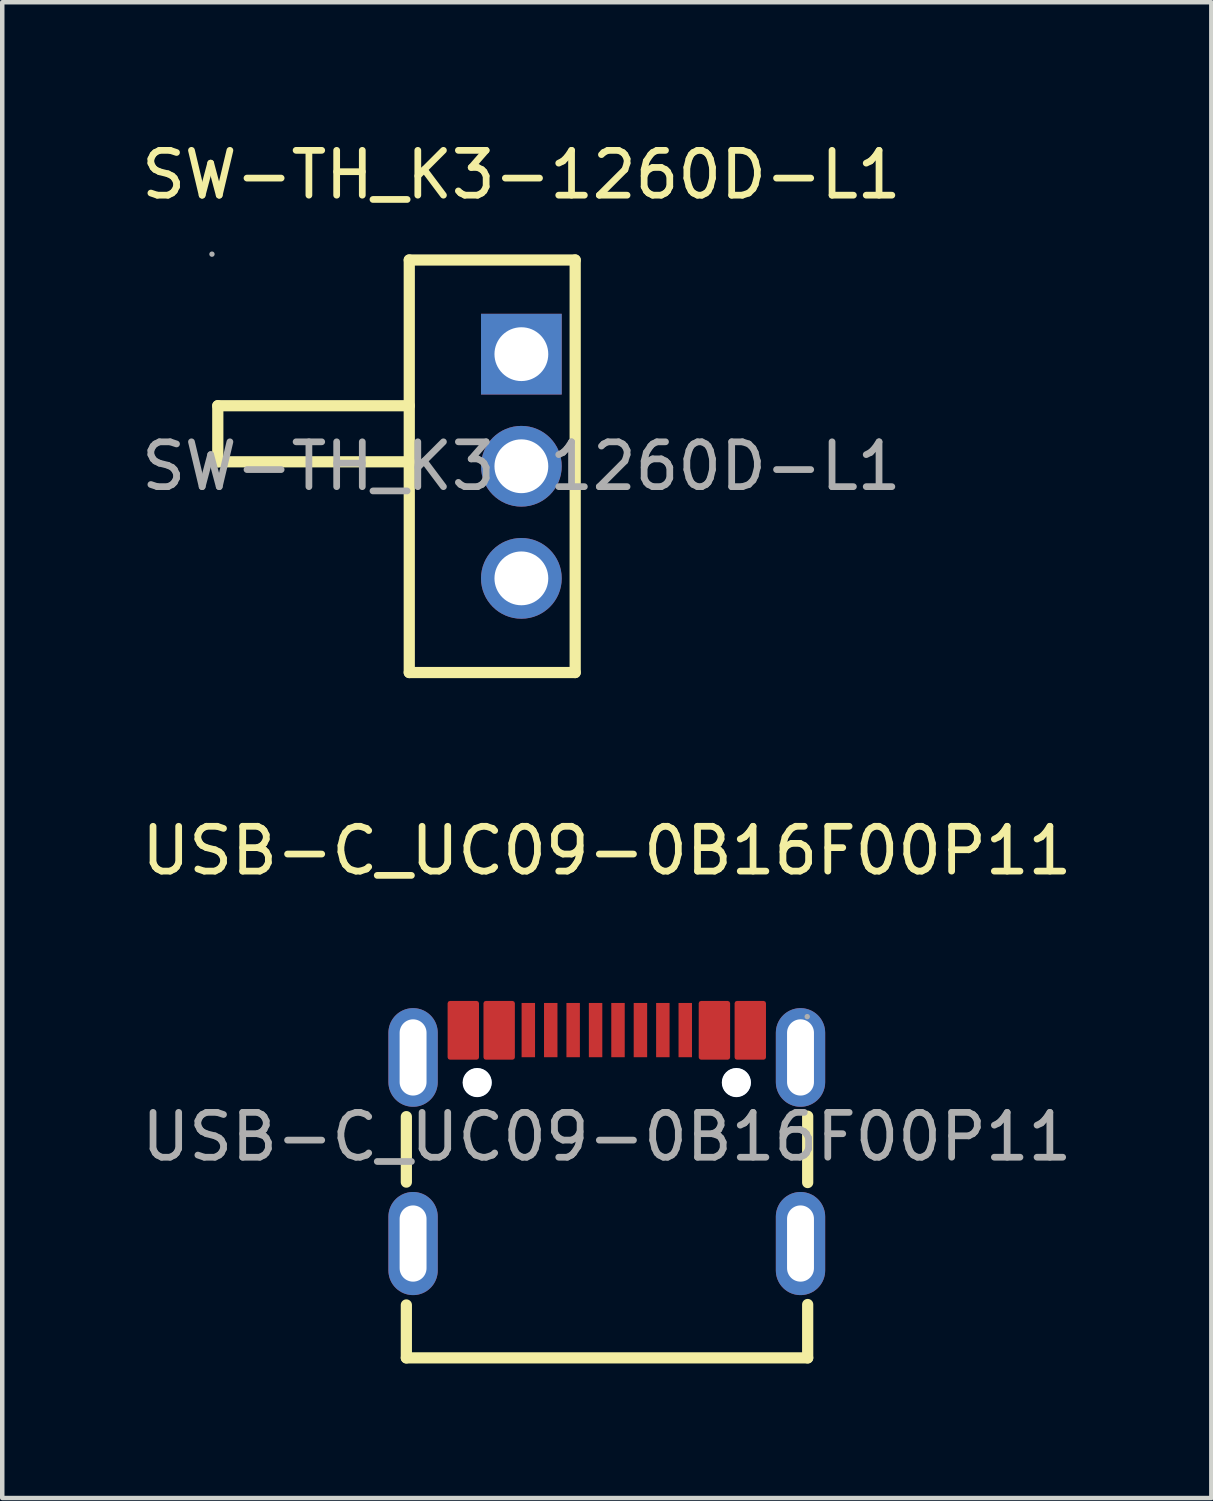
<source format=kicad_pcb>
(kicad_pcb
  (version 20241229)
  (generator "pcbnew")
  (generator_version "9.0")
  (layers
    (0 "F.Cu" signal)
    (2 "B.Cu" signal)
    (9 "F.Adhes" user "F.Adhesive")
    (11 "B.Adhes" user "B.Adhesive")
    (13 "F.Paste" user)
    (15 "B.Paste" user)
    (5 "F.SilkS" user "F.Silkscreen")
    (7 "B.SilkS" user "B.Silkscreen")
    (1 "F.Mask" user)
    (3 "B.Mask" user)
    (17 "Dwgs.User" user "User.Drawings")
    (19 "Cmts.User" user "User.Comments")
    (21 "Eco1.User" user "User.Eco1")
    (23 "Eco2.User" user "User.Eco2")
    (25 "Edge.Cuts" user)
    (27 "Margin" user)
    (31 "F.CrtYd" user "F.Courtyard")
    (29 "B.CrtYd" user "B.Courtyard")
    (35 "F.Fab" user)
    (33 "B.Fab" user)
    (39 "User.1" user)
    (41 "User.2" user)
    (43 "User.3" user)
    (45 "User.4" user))
  (footprint "SW-TH_K3-1260D-L1"
    (layer "F.Cu")
    (at 8.577 7.348)
    (property "Reference" "SW-TH_K3-1260D-L1" (at 0 -6.5 0) (layer "F.SilkS") (effects (font (size 1 1) (thickness 0.15))))
    (attr through_hole)
    (fp_line (start -6.77 -1.35) (end -2.5 -1.35) (stroke (width 0.25) (type solid)) (layer "F.SilkS"))
    (fp_line (start -6.77 -0.1) (end -6.77 -1.35) (stroke (width 0.25) (type solid)) (layer "F.SilkS"))
    (fp_line (start -2.5 -4.6) (end -2.5 4.6) (stroke (width 0.25) (type solid)) (layer "F.SilkS"))
    (fp_line (start -2.5 -4.6) (end 1.2 -4.6) (stroke (width 0.25) (type solid)) (layer "F.SilkS"))
    (fp_line (start -2.5 -0.1) (end -6.77 -0.1) (stroke (width 0.25) (type solid)) (layer "F.SilkS"))
    (fp_line (start 1.2 4.6) (end -2.5 4.6) (stroke (width 0.25) (type solid)) (layer "F.SilkS"))
    (fp_line (start 1.2 4.6) (end 1.2 -4.6) (stroke (width 0.25) (type solid)) (layer "F.SilkS"))
    (fp_circle (center -6.9 -4.73) (end -6.87 -4.73) (stroke (width 0.06) (type solid)) (fill no) (layer "F.Fab"))
    (fp_circle (center 0 -2.5) (end 0.25 -2.5) (stroke (width 0.5) (type solid)) (fill no) (layer "F.Fab"))
    (fp_circle (center 0 0) (end 0.25 0) (stroke (width 0.5) (type solid)) (fill no) (layer "F.Fab"))
    (fp_circle (center 0 2.5) (end 0.25 2.5) (stroke (width 0.5) (type solid)) (fill no) (layer "F.Fab"))
    (fp_text user "${REFERENCE}" (at 0 0 0) (layer "F.Fab") (effects (font (size 1 1) (thickness 0.15))))
    (pad "1" thru_hole rect (at 0 -2.5 270) (size 1.8 1.8) (drill 1.2) (layers "*.Cu" "*.Mask"))
    (pad "2" thru_hole circle (at 0 0 270) (size 1.8 1.8) (drill 1.2) (layers "*.Cu" "*.Mask"))
    (pad "3" thru_hole circle (at 0 2.5 270) (size 1.8 1.8) (drill 1.2) (layers "*.Cu" "*.Mask")))
  (footprint "USB-C_UC09-0B16F00P11"
    (layer "F.Cu")
    (at 10.482 22.302)
    (property "Reference" "USB-C_UC09-0B16F00P11" (at 0 -6.38 0) (layer "F.SilkS") (effects (font (size 1 1) (thickness 0.15))))
    (attr smd)
    (fp_line (start -4.47 -0.45) (end -4.47 1.01) (stroke (width 0.25) (type solid)) (layer "F.SilkS"))
    (fp_line (start -4.47 3.75) (end -4.47 4.93) (stroke (width 0.25) (type solid)) (layer "F.SilkS"))
    (fp_line (start -4.47 4.93) (end 4.48 4.93) (stroke (width 0.25) (type solid)) (layer "F.SilkS"))
    (fp_line (start 4.48 1.02) (end 4.48 -0.46) (stroke (width 0.25) (type solid)) (layer "F.SilkS"))
    (fp_line (start 4.48 4.93) (end 4.48 3.74) (stroke (width 0.25) (type solid)) (layer "F.SilkS"))
    (fp_circle (center -2.89 -1.21) (end -2.73 -1.21) (stroke (width 0.32) (type solid)) (fill no) (layer "Cmts.User"))
    (fp_circle (center 2.89 -1.21) (end 3.05 -1.21) (stroke (width 0.32) (type solid)) (fill no) (layer "Cmts.User"))
    (fp_circle (center 4.47 -2.68) (end 4.5 -2.68) (stroke (width 0.06) (type solid)) (fill no) (layer "F.Fab"))
    (fp_text user "${REFERENCE}" (at 0 0 0) (layer "F.Fab") (effects (font (size 1 1) (thickness 0.15))))
    (pad "" np_thru_hole circle (at -2.89 -1.21) (size 0.65 0.65) (drill 0.65) (layers "*.Cu" "*.Mask"))
    (pad "" np_thru_hole circle (at 2.89 -1.21) (size 0.65 0.65) (drill 0.65) (layers "*.Cu" "*.Mask"))
    (pad "17" thru_hole oval (at 4.32 -1.77) (size 1.1 2.2) (drill oval 0.6 1.7) (layers "*.Cu" "*.Mask"))
    (pad "18" thru_hole oval (at 4.32 2.38) (size 1.1 2.3) (drill oval 0.6 1.7) (layers "*.Cu" "*.Mask"))
    (pad "19" thru_hole oval (at -4.32 2.38) (size 1.1 2.3) (drill oval 0.6 1.7) (layers "*.Cu" "*.Mask"))
    (pad "20" thru_hole oval (at -4.32 -1.77) (size 1.1 2.2) (drill oval 0.6 1.7) (layers "*.Cu" "*.Mask"))
    (pad "A1B12" smd custom (at -3.2 -2.38) (size 0.01 0.01) (layers "F.Cu" "F.Mask" "F.Paste") (options (anchor circle)) (primitives (gr_poly (pts (xy 0.3 0.61) (xy 0.3 -0.6) (xy 0 -0.6) (xy -0.3 -0.6) (xy -0.3 0.61) (xy 0 0.61)) (width 0.1) (fill yes))))
    (pad "A4B9" smd custom (at -2.4 -2.38) (size 0.01 0.01) (layers "F.Cu" "F.Mask" "F.Paste") (options (anchor circle)) (primitives (gr_poly (pts (xy 0.3 0.61) (xy 0.3 -0.6) (xy 0 -0.6) (xy -0.3 -0.6) (xy -0.3 0.61) (xy 0 0.61)) (width 0.1) (fill yes))))
    (pad "A5" smd rect (at -1.25 -2.38) (size 0.3 1.21) (layers "F.Cu" "F.Mask" "F.Paste"))
    (pad "A6" smd rect (at -0.25 -2.38) (size 0.3 1.21) (layers "F.Cu" "F.Mask" "F.Paste"))
    (pad "A7" smd rect (at 0.25 -2.38) (size 0.3 1.21) (layers "F.Cu" "F.Mask" "F.Paste"))
    (pad "A8" smd rect (at 1.25 -2.38) (size 0.3 1.21) (layers "F.Cu" "F.Mask" "F.Paste"))
    (pad "B1A12" smd custom (at 3.2 -2.38) (size 0.01 0.01) (layers "F.Cu" "F.Mask" "F.Paste") (options (anchor circle)) (primitives (gr_poly (pts (xy 0.3 0.61) (xy 0.3 -0.6) (xy 0 -0.6) (xy -0.3 -0.6) (xy -0.3 0.61) (xy 0 0.61)) (width 0.1) (fill yes))))
    (pad "B4A9" smd custom (at 2.4 -2.38) (size 0.01 0.01) (layers "F.Cu" "F.Mask" "F.Paste") (options (anchor circle)) (primitives (gr_poly (pts (xy 0.3 0.61) (xy 0.3 -0.6) (xy 0 -0.6) (xy -0.3 -0.6) (xy -0.3 0.61) (xy 0 0.61)) (width 0.1) (fill yes))))
    (pad "B5" smd rect (at 1.75 -2.38) (size 0.3 1.21) (layers "F.Cu" "F.Mask" "F.Paste"))
    (pad "B6" smd rect (at 0.75 -2.38) (size 0.3 1.21) (layers "F.Cu" "F.Mask" "F.Paste"))
    (pad "B7" smd rect (at -0.75 -2.38) (size 0.3 1.21) (layers "F.Cu" "F.Mask" "F.Paste"))
    (pad "B8" smd rect (at -1.75 -2.38) (size 0.3 1.21) (layers "F.Cu" "F.Mask" "F.Paste")))
  (gr_rect
    (start -3 -3)
    (end 23.964 30.357)
    (stroke (width 0.1) (type default))
    (fill no)
    (layer "Edge.Cuts")))
</source>
